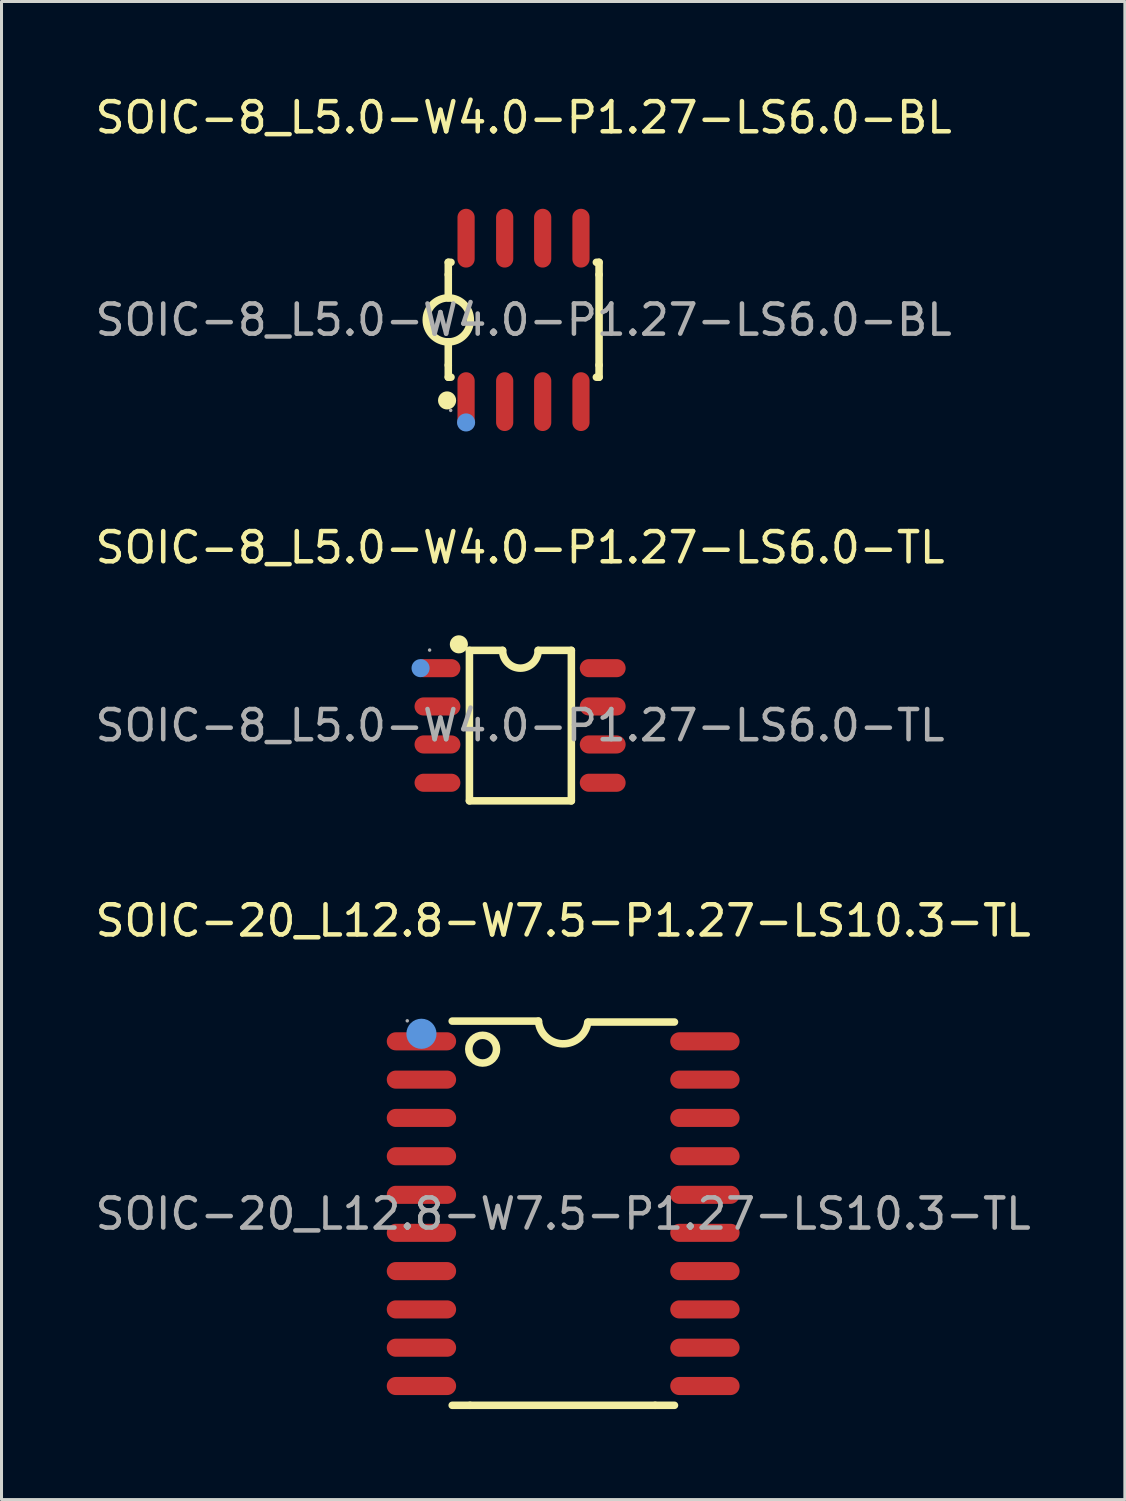
<source format=kicad_pcb>
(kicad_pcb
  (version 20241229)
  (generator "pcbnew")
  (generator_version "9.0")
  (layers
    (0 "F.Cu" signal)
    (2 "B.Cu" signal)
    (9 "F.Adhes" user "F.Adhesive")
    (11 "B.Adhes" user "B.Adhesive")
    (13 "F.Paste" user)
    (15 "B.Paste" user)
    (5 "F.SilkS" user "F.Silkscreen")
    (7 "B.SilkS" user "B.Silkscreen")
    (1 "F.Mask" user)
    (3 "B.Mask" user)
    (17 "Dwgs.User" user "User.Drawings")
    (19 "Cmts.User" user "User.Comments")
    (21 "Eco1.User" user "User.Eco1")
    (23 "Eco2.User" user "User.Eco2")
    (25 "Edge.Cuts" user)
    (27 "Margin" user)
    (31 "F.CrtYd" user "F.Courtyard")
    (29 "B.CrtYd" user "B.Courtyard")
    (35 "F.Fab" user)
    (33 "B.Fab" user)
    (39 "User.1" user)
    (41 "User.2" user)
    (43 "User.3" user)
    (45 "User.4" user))
  (footprint "SOIC-20_L12.8-W7.5-P1.27-LS10.3-TL"
    (layer "F.Cu")
    (at 15.625 37.2)
    (property "Reference" "SOIC-20_L12.8-W7.5-P1.27-LS10.3-TL" (at 0 -9.72 0) (layer "F.SilkS") (effects (font (size 1 1) (thickness 0.15))))
    (attr through_hole)
    (fp_line (start -3.09 6.35) (end -3.68 6.35) (stroke (width 0.25) (type solid)) (layer "F.SilkS"))
    (fp_line (start -0.82 -6.39) (end -3.68 -6.39) (stroke (width 0.25) (type solid)) (layer "F.SilkS"))
    (fp_line (start 0.83 -6.36) (end 3.69 -6.36) (stroke (width 0.25) (type solid)) (layer "F.SilkS"))
    (fp_line (start 3.05 6.35) (end -3.09 6.35) (stroke (width 0.25) (type solid)) (layer "F.SilkS"))
    (fp_line (start 3.05 6.35) (end 3.69 6.35) (stroke (width 0.25) (type solid)) (layer "F.SilkS"))
    (fp_arc (start 0.815884 -6.352142) (mid -0.019041 -5.637238) (end -0.82 -6.39) (stroke (width 0.25) (type solid)) (layer "F.SilkS"))
    (fp_circle (center -2.67 -5.46) (end -2.21 -5.46) (stroke (width 0.25) (type solid)) (fill no) (layer "F.SilkS"))
    (fp_circle (center -4.7 -5.97) (end -4.45 -5.97) (stroke (width 0.5) (type solid)) (fill no) (layer "Cmts.User"))
    (fp_circle (center -5.17 -6.4) (end -5.14 -6.4) (stroke (width 0.06) (type solid)) (fill no) (layer "F.Fab"))
    (fp_text user "${REFERENCE}" (at 0 0 0) (layer "F.Fab") (effects (font (size 1 1) (thickness 0.15))))
    (pad "1" smd oval (at -4.7 -5.72 90) (size 0.6 2.3) (layers "F.Cu" "F.Mask" "F.Paste"))
    (pad "2" smd oval (at -4.7 -4.45 90) (size 0.6 2.3) (layers "F.Cu" "F.Mask" "F.Paste"))
    (pad "3" smd oval (at -4.7 -3.18 90) (size 0.6 2.3) (layers "F.Cu" "F.Mask" "F.Paste"))
    (pad "4" smd oval (at -4.7 -1.91 90) (size 0.6 2.3) (layers "F.Cu" "F.Mask" "F.Paste"))
    (pad "5" smd oval (at -4.7 -0.63 90) (size 0.6 2.3) (layers "F.Cu" "F.Mask" "F.Paste"))
    (pad "6" smd oval (at -4.7 0.63 90) (size 0.6 2.3) (layers "F.Cu" "F.Mask" "F.Paste"))
    (pad "7" smd oval (at -4.7 1.9 90) (size 0.6 2.3) (layers "F.Cu" "F.Mask" "F.Paste"))
    (pad "8" smd oval (at -4.7 3.17 90) (size 0.6 2.3) (layers "F.Cu" "F.Mask" "F.Paste"))
    (pad "9" smd oval (at -4.7 4.44 90) (size 0.6 2.3) (layers "F.Cu" "F.Mask" "F.Paste"))
    (pad "10" smd oval (at -4.7 5.71 90) (size 0.6 2.3) (layers "F.Cu" "F.Mask" "F.Paste"))
    (pad "11" smd oval (at 4.7 5.71 90) (size 0.6 2.3) (layers "F.Cu" "F.Mask" "F.Paste"))
    (pad "12" smd oval (at 4.7 4.44 90) (size 0.6 2.3) (layers "F.Cu" "F.Mask" "F.Paste"))
    (pad "13" smd oval (at 4.7 3.17 90) (size 0.6 2.3) (layers "F.Cu" "F.Mask" "F.Paste"))
    (pad "14" smd oval (at 4.7 1.9 90) (size 0.6 2.3) (layers "F.Cu" "F.Mask" "F.Paste"))
    (pad "15" smd oval (at 4.7 0.63 90) (size 0.6 2.3) (layers "F.Cu" "F.Mask" "F.Paste"))
    (pad "16" smd oval (at 4.7 -0.63 90) (size 0.6 2.3) (layers "F.Cu" "F.Mask" "F.Paste"))
    (pad "17" smd oval (at 4.7 -1.91 90) (size 0.6 2.3) (layers "F.Cu" "F.Mask" "F.Paste"))
    (pad "18" smd oval (at 4.7 -3.18 90) (size 0.6 2.3) (layers "F.Cu" "F.Mask" "F.Paste"))
    (pad "19" smd oval (at 4.7 -4.45 90) (size 0.6 2.3) (layers "F.Cu" "F.Mask" "F.Paste"))
    (pad "20" smd oval (at 4.7 -5.72 90) (size 0.6 2.3) (layers "F.Cu" "F.Mask" "F.Paste")))
  (footprint "SOIC-8_L5.0-W4.0-P1.27-LS6.0-BL"
    (layer "F.Cu")
    (at 14.315 7.558)
    (property "Reference" "SOIC-8_L5.0-W4.0-P1.27-LS6.0-BL" (at 0 -6.71 0) (layer "F.SilkS") (effects (font (size 1 1) (thickness 0.15))))
    (attr through_hole)
    (fp_line (start -2.5 -1.91) (end -2.41 -1.91) (stroke (width 0.25) (type solid)) (layer "F.SilkS"))
    (fp_line (start -2.5 -1.5) (end -2.5 -1.91) (stroke (width 0.25) (type solid)) (layer "F.SilkS"))
    (fp_line (start -2.5 -1.5) (end -2.5 -0.73) (stroke (width 0.25) (type solid)) (layer "F.SilkS"))
    (fp_line (start -2.5 1.5) (end -2.5 0.73) (stroke (width 0.25) (type solid)) (layer "F.SilkS"))
    (fp_line (start -2.5 1.5) (end -2.5 1.9) (stroke (width 0.25) (type solid)) (layer "F.SilkS"))
    (fp_line (start -2.5 1.9) (end -2.41 1.9) (stroke (width 0.25) (type solid)) (layer "F.SilkS"))
    (fp_line (start 2.5 -1.91) (end 2.41 -1.91) (stroke (width 0.25) (type solid)) (layer "F.SilkS"))
    (fp_line (start 2.5 -1.5) (end 2.5 -1.91) (stroke (width 0.25) (type solid)) (layer "F.SilkS"))
    (fp_line (start 2.5 -1.5) (end 2.5 1.5) (stroke (width 0.25) (type solid)) (layer "F.SilkS"))
    (fp_line (start 2.5 1.5) (end 2.5 1.9) (stroke (width 0.25) (type solid)) (layer "F.SilkS"))
    (fp_line (start 2.5 1.9) (end 2.41 1.9) (stroke (width 0.25) (type solid)) (layer "F.SilkS"))
    (fp_arc (start -2.48726 -0.729889) (mid -2.50637 0.729972) (end -2.5 -0.73) (stroke (width 0.25) (type solid)) (layer "F.SilkS"))
    (fp_circle (center -2.54 2.67) (end -2.39 2.67) (stroke (width 0.3) (type solid)) (fill no) (layer "F.SilkS"))
    (fp_circle (center -1.91 3.4) (end -1.76 3.4) (stroke (width 0.3) (type solid)) (fill no) (layer "Cmts.User"))
    (fp_circle (center -2.42 3) (end -2.39 3) (stroke (width 0.06) (type solid)) (fill no) (layer "F.Fab"))
    (fp_text user "${REFERENCE}" (at 0 0 0) (layer "F.Fab") (effects (font (size 1 1) (thickness 0.15))))
    (pad "1" smd oval (at -1.91 2.71) (size 0.57 1.95) (layers "F.Cu" "F.Mask" "F.Paste"))
    (pad "2" smd oval (at -0.63 2.71) (size 0.57 1.95) (layers "F.Cu" "F.Mask" "F.Paste"))
    (pad "3" smd oval (at 0.63 2.71) (size 0.57 1.95) (layers "F.Cu" "F.Mask" "F.Paste"))
    (pad "4" smd oval (at 1.9 2.71) (size 0.57 1.95) (layers "F.Cu" "F.Mask" "F.Paste"))
    (pad "5" smd oval (at 1.9 -2.71) (size 0.57 1.95) (layers "F.Cu" "F.Mask" "F.Paste"))
    (pad "6" smd oval (at 0.63 -2.71) (size 0.57 1.95) (layers "F.Cu" "F.Mask" "F.Paste"))
    (pad "7" smd oval (at -0.63 -2.71) (size 0.57 1.95) (layers "F.Cu" "F.Mask" "F.Paste"))
    (pad "8" smd oval (at -1.91 -2.71) (size 0.57 1.95) (layers "F.Cu" "F.Mask" "F.Paste")))
  (footprint "SOIC-8_L5.0-W4.0-P1.27-LS6.0-TL"
    (layer "F.Cu")
    (at 14.196 21.006)
    (property "Reference" "SOIC-8_L5.0-W4.0-P1.27-LS6.0-TL" (at 0 -5.9 0) (layer "F.SilkS") (effects (font (size 1 1) (thickness 0.15))))
    (attr through_hole)
    (fp_line (start -1.68 -2.49) (end -0.58 -2.49) (stroke (width 0.25) (type solid)) (layer "F.SilkS"))
    (fp_line (start -1.68 2.5) (end -1.68 -2.49) (stroke (width 0.25) (type solid)) (layer "F.SilkS"))
    (fp_line (start 0.6 -2.49) (end 1.7 -2.49) (stroke (width 0.25) (type solid)) (layer "F.SilkS"))
    (fp_line (start 1.7 -2.49) (end 1.7 2.5) (stroke (width 0.25) (type solid)) (layer "F.SilkS"))
    (fp_line (start 1.7 2.5) (end -1.68 2.5) (stroke (width 0.25) (type solid)) (layer "F.SilkS"))
    (fp_arc (start -2.03 -2.69) (mid -2.03 -2.69) (end -2.03 -2.69) (stroke (width 0.3) (type solid)) (layer "F.SilkS"))
    (fp_arc (start 0.6 -2.49) (mid 0.01 -1.9) (end -0.58 -2.49) (stroke (width 0.25) (type solid)) (layer "F.SilkS"))
    (fp_circle (center -3.3 -1.9) (end -3.15 -1.9) (stroke (width 0.3) (type solid)) (fill no) (layer "Cmts.User"))
    (fp_circle (center -3 -2.5) (end -2.97 -2.5) (stroke (width 0.06) (type solid)) (fill no) (layer "F.Fab"))
    (fp_text user "${REFERENCE}" (at 0 0 0) (layer "F.Fab") (effects (font (size 1 1) (thickness 0.15))))
    (pad "1" smd oval (at -2.74 -1.9 90) (size 0.6 1.52) (layers "F.Cu" "F.Mask" "F.Paste"))
    (pad "2" smd oval (at -2.74 -0.63 90) (size 0.6 1.52) (layers "F.Cu" "F.Mask" "F.Paste"))
    (pad "3" smd oval (at -2.74 0.63 90) (size 0.6 1.52) (layers "F.Cu" "F.Mask" "F.Paste"))
    (pad "4" smd oval (at -2.74 1.9 90) (size 0.6 1.52) (layers "F.Cu" "F.Mask" "F.Paste"))
    (pad "5" smd oval (at 2.74 1.9 90) (size 0.6 1.52) (layers "F.Cu" "F.Mask" "F.Paste"))
    (pad "6" smd oval (at 2.74 0.63 90) (size 0.6 1.52) (layers "F.Cu" "F.Mask" "F.Paste"))
    (pad "7" smd oval (at 2.74 -0.63 90) (size 0.6 1.52) (layers "F.Cu" "F.Mask" "F.Paste"))
    (pad "8" smd oval (at 2.74 -1.9 90) (size 0.6 1.52) (layers "F.Cu" "F.Mask" "F.Paste")))
  (gr_rect
    (start -3 -3)
    (end 34.25 46.675)
    (stroke (width 0.1) (type default))
    (fill no)
    (layer "Edge.Cuts")))
</source>
